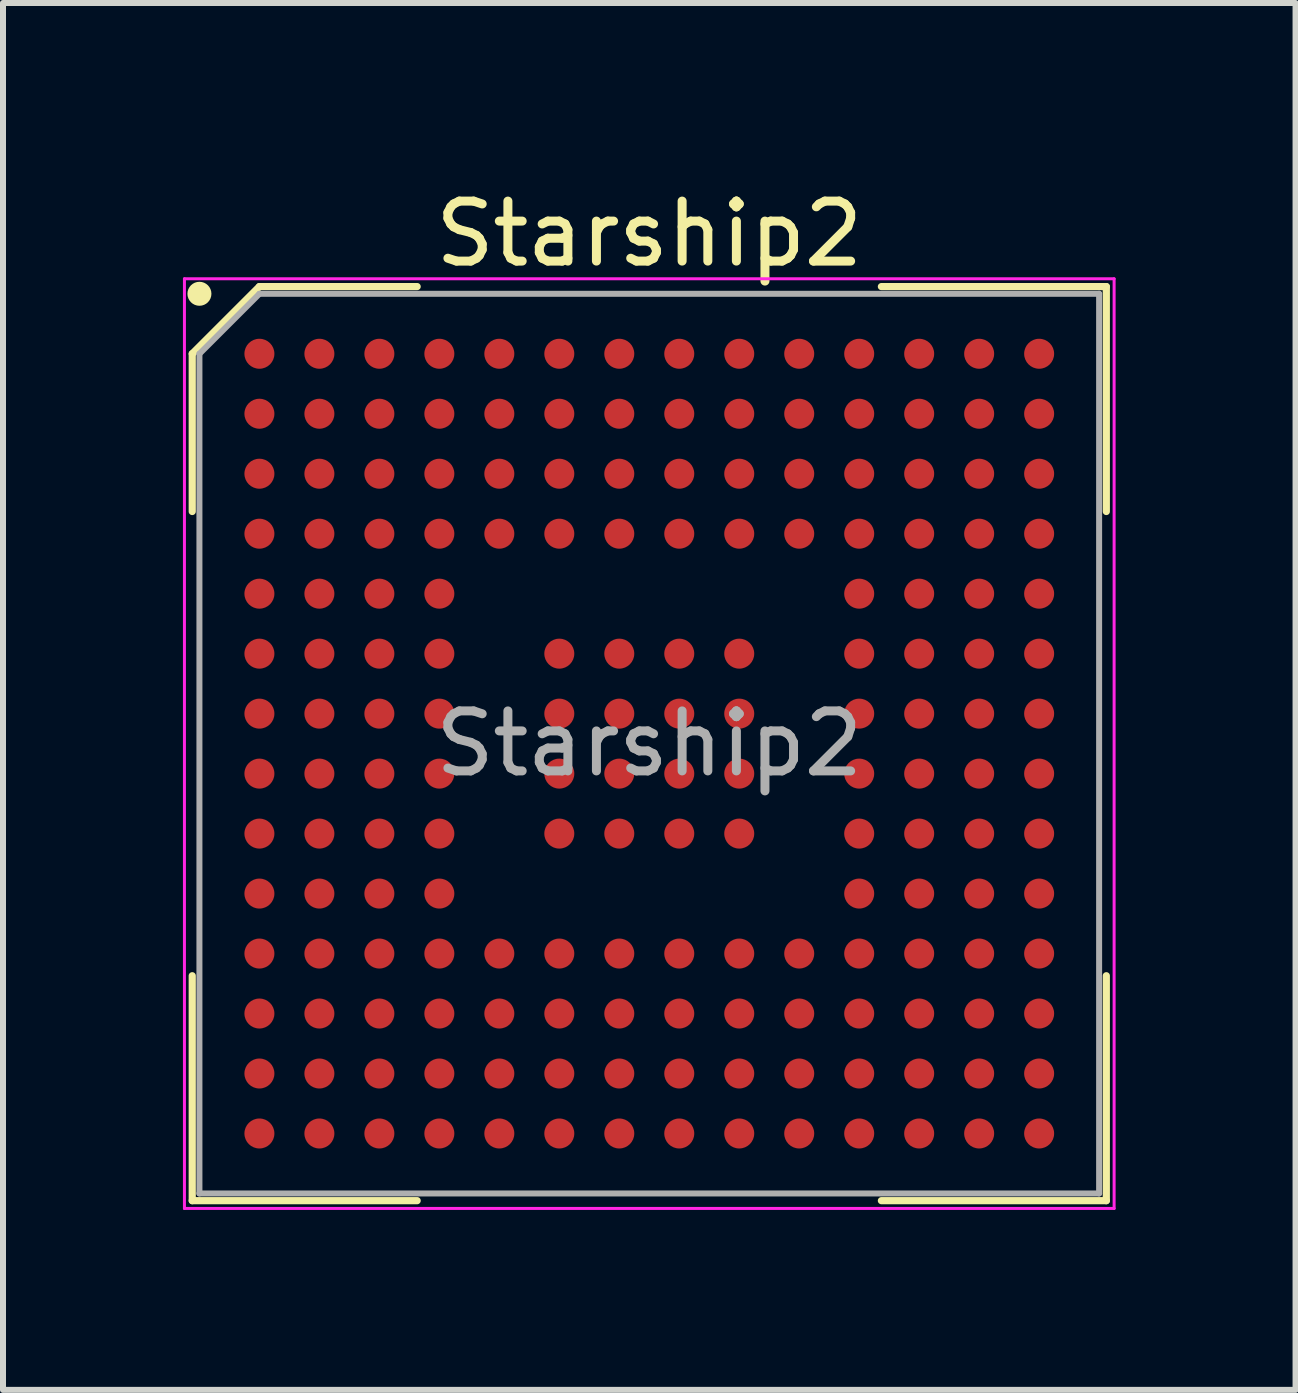
<source format=kicad_pcb>
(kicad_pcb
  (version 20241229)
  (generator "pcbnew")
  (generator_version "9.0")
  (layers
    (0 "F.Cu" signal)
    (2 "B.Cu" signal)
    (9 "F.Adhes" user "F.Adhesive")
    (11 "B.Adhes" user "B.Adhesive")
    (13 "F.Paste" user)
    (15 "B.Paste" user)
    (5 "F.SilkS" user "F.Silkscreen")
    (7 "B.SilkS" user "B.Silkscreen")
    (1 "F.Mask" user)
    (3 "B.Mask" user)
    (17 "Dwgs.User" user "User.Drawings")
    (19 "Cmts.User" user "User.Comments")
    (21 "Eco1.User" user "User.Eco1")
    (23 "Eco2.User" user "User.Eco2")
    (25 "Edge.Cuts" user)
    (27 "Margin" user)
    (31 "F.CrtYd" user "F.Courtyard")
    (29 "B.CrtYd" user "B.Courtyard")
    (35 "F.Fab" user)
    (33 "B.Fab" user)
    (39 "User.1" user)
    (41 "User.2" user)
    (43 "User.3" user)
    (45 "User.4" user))
  (footprint "Starship2"
    (layer "F.Cu")
    (at 7.775 9.348)
    (property "Reference" "Starship2" (at 0 -8.5 0) (layer "F.SilkS") (effects (font (size 1 1) (thickness 0.15))))
    (attr smd)
    (fp_line (start -7.62 -6.5) (end -7.62 -3.87) (stroke (width 0.12) (type default)) (layer "F.SilkS"))
    (fp_line (start -7.62 7.62) (end -7.62 3.87) (stroke (width 0.12) (type default)) (layer "F.SilkS"))
    (fp_line (start -6.5 -7.62) (end -7.62 -6.5) (stroke (width 0.12) (type default)) (layer "F.SilkS"))
    (fp_line (start -3.87 -7.62) (end -6.5 -7.62) (stroke (width 0.12) (type default)) (layer "F.SilkS"))
    (fp_line (start -3.87 7.62) (end -7.62 7.62) (stroke (width 0.12) (type default)) (layer "F.SilkS"))
    (fp_line (start 3.87 -7.62) (end 7.62 -7.62) (stroke (width 0.12) (type default)) (layer "F.SilkS"))
    (fp_line (start 3.87 7.62) (end 7.62 7.62) (stroke (width 0.12) (type default)) (layer "F.SilkS"))
    (fp_line (start 7.62 -7.62) (end 7.62 -3.87) (stroke (width 0.12) (type default)) (layer "F.SilkS"))
    (fp_line (start 7.62 7.62) (end 7.62 3.87) (stroke (width 0.12) (type default)) (layer "F.SilkS"))
    (fp_circle (center -7.5 -7.5) (end -7.5 -7.4) (stroke (width 0.2) (type default)) (fill no) (layer "F.SilkS"))
    (fp_line (start -7.75 -7.75) (end 7.75 -7.75) (stroke (width 0.05) (type default)) (layer "F.CrtYd"))
    (fp_line (start -7.75 7.75) (end -7.75 -7.75) (stroke (width 0.05) (type default)) (layer "F.CrtYd"))
    (fp_line (start 7.75 -7.75) (end 7.75 7.75) (stroke (width 0.05) (type default)) (layer "F.CrtYd"))
    (fp_line (start 7.75 7.75) (end -7.75 7.75) (stroke (width 0.05) (type default)) (layer "F.CrtYd"))
    (fp_line (start -7.5 -6.5) (end -7.5 7.5) (stroke (width 0.1) (type default)) (layer "F.Fab"))
    (fp_line (start -7.5 7.5) (end 7.5 7.5) (stroke (width 0.1) (type default)) (layer "F.Fab"))
    (fp_line (start -6.5 -7.5) (end -7.5 -6.5) (stroke (width 0.1) (type default)) (layer "F.Fab"))
    (fp_line (start 7.5 -7.5) (end -6.5 -7.5) (stroke (width 0.1) (type default)) (layer "F.Fab"))
    (fp_line (start 7.5 7.5) (end 7.5 -7.5) (stroke (width 0.1) (type default)) (layer "F.Fab"))
    (fp_text user "${REFERENCE}" (at 0 0 0) (layer "F.Fab") (effects (font (size 1 1) (thickness 0.15))))
    (pad "A1" smd circle (at -6.5 -6.5) (size 0.5 0.5) (layers "F.Cu" "F.Mask" "F.Paste"))
    (pad "A2" smd circle (at -5.5 -6.5) (size 0.5 0.5) (layers "F.Cu" "F.Mask" "F.Paste"))
    (pad "A3" smd circle (at -4.5 -6.5) (size 0.5 0.5) (layers "F.Cu" "F.Mask" "F.Paste"))
    (pad "A4" smd circle (at -3.5 -6.5) (size 0.5 0.5) (layers "F.Cu" "F.Mask" "F.Paste"))
    (pad "A5" smd circle (at -2.5 -6.5) (size 0.5 0.5) (layers "F.Cu" "F.Mask" "F.Paste"))
    (pad "A6" smd circle (at -1.5 -6.5) (size 0.5 0.5) (layers "F.Cu" "F.Mask" "F.Paste"))
    (pad "A7" smd circle (at -0.5 -6.5) (size 0.5 0.5) (layers "F.Cu" "F.Mask" "F.Paste"))
    (pad "A8" smd circle (at 0.5 -6.5) (size 0.5 0.5) (layers "F.Cu" "F.Mask" "F.Paste"))
    (pad "A9" smd circle (at 1.5 -6.5) (size 0.5 0.5) (layers "F.Cu" "F.Mask" "F.Paste"))
    (pad "A10" smd circle (at 2.5 -6.5) (size 0.5 0.5) (layers "F.Cu" "F.Mask" "F.Paste"))
    (pad "A11" smd circle (at 3.5 -6.5) (size 0.5 0.5) (layers "F.Cu" "F.Mask" "F.Paste"))
    (pad "A12" smd circle (at 4.5 -6.5) (size 0.5 0.5) (layers "F.Cu" "F.Mask" "F.Paste"))
    (pad "A13" smd circle (at 5.5 -6.5) (size 0.5 0.5) (layers "F.Cu" "F.Mask" "F.Paste"))
    (pad "A14" smd circle (at 6.5 -6.5) (size 0.5 0.5) (layers "F.Cu" "F.Mask" "F.Paste"))
    (pad "B1" smd circle (at -6.5 -5.5) (size 0.5 0.5) (layers "F.Cu" "F.Mask" "F.Paste"))
    (pad "B2" smd circle (at -5.5 -5.5) (size 0.5 0.5) (layers "F.Cu" "F.Mask" "F.Paste"))
    (pad "B3" smd circle (at -4.5 -5.5) (size 0.5 0.5) (layers "F.Cu" "F.Mask" "F.Paste"))
    (pad "B4" smd circle (at -3.5 -5.5) (size 0.5 0.5) (layers "F.Cu" "F.Mask" "F.Paste"))
    (pad "B5" smd circle (at -2.5 -5.5) (size 0.5 0.5) (layers "F.Cu" "F.Mask" "F.Paste"))
    (pad "B6" smd circle (at -1.5 -5.5) (size 0.5 0.5) (layers "F.Cu" "F.Mask" "F.Paste"))
    (pad "B7" smd circle (at -0.5 -5.5) (size 0.5 0.5) (layers "F.Cu" "F.Mask" "F.Paste"))
    (pad "B8" smd circle (at 0.5 -5.5) (size 0.5 0.5) (layers "F.Cu" "F.Mask" "F.Paste"))
    (pad "B9" smd circle (at 1.5 -5.5) (size 0.5 0.5) (layers "F.Cu" "F.Mask" "F.Paste"))
    (pad "B10" smd circle (at 2.5 -5.5) (size 0.5 0.5) (layers "F.Cu" "F.Mask" "F.Paste"))
    (pad "B11" smd circle (at 3.5 -5.5) (size 0.5 0.5) (layers "F.Cu" "F.Mask" "F.Paste"))
    (pad "B12" smd circle (at 4.5 -5.5) (size 0.5 0.5) (layers "F.Cu" "F.Mask" "F.Paste"))
    (pad "B13" smd circle (at 5.5 -5.5) (size 0.5 0.5) (layers "F.Cu" "F.Mask" "F.Paste"))
    (pad "B14" smd circle (at 6.5 -5.5) (size 0.5 0.5) (layers "F.Cu" "F.Mask" "F.Paste"))
    (pad "C1" smd circle (at -6.5 -4.5) (size 0.5 0.5) (layers "F.Cu" "F.Mask" "F.Paste"))
    (pad "C2" smd circle (at -5.5 -4.5) (size 0.5 0.5) (layers "F.Cu" "F.Mask" "F.Paste"))
    (pad "C3" smd circle (at -4.5 -4.5) (size 0.5 0.5) (layers "F.Cu" "F.Mask" "F.Paste"))
    (pad "C4" smd circle (at -3.5 -4.5) (size 0.5 0.5) (layers "F.Cu" "F.Mask" "F.Paste"))
    (pad "C5" smd circle (at -2.5 -4.5) (size 0.5 0.5) (layers "F.Cu" "F.Mask" "F.Paste"))
    (pad "C6" smd circle (at -1.5 -4.5) (size 0.5 0.5) (layers "F.Cu" "F.Mask" "F.Paste"))
    (pad "C7" smd circle (at -0.5 -4.5) (size 0.5 0.5) (layers "F.Cu" "F.Mask" "F.Paste"))
    (pad "C8" smd circle (at 0.5 -4.5) (size 0.5 0.5) (layers "F.Cu" "F.Mask" "F.Paste"))
    (pad "C9" smd circle (at 1.5 -4.5) (size 0.5 0.5) (layers "F.Cu" "F.Mask" "F.Paste"))
    (pad "C10" smd circle (at 2.5 -4.5) (size 0.5 0.5) (layers "F.Cu" "F.Mask" "F.Paste"))
    (pad "C11" smd circle (at 3.5 -4.5) (size 0.5 0.5) (layers "F.Cu" "F.Mask" "F.Paste"))
    (pad "C12" smd circle (at 4.5 -4.5) (size 0.5 0.5) (layers "F.Cu" "F.Mask" "F.Paste"))
    (pad "C13" smd circle (at 5.5 -4.5) (size 0.5 0.5) (layers "F.Cu" "F.Mask" "F.Paste"))
    (pad "C14" smd circle (at 6.5 -4.5) (size 0.5 0.5) (layers "F.Cu" "F.Mask" "F.Paste"))
    (pad "D1" smd circle (at -6.5 -3.5) (size 0.5 0.5) (layers "F.Cu" "F.Mask" "F.Paste"))
    (pad "D2" smd circle (at -5.5 -3.5) (size 0.5 0.5) (layers "F.Cu" "F.Mask" "F.Paste"))
    (pad "D3" smd circle (at -4.5 -3.5) (size 0.5 0.5) (layers "F.Cu" "F.Mask" "F.Paste"))
    (pad "D4" smd circle (at -3.5 -3.5) (size 0.5 0.5) (layers "F.Cu" "F.Mask" "F.Paste"))
    (pad "D5" smd circle (at -2.5 -3.5) (size 0.5 0.5) (layers "F.Cu" "F.Mask" "F.Paste"))
    (pad "D6" smd circle (at -1.5 -3.5) (size 0.5 0.5) (layers "F.Cu" "F.Mask" "F.Paste"))
    (pad "D7" smd circle (at -0.5 -3.5) (size 0.5 0.5) (layers "F.Cu" "F.Mask" "F.Paste"))
    (pad "D8" smd circle (at 0.5 -3.5) (size 0.5 0.5) (layers "F.Cu" "F.Mask" "F.Paste"))
    (pad "D9" smd circle (at 1.5 -3.5) (size 0.5 0.5) (layers "F.Cu" "F.Mask" "F.Paste"))
    (pad "D10" smd circle (at 2.5 -3.5) (size 0.5 0.5) (layers "F.Cu" "F.Mask" "F.Paste"))
    (pad "D11" smd circle (at 3.5 -3.5) (size 0.5 0.5) (layers "F.Cu" "F.Mask" "F.Paste"))
    (pad "D12" smd circle (at 4.5 -3.5) (size 0.5 0.5) (layers "F.Cu" "F.Mask" "F.Paste"))
    (pad "D13" smd circle (at 5.5 -3.5) (size 0.5 0.5) (layers "F.Cu" "F.Mask" "F.Paste"))
    (pad "D14" smd circle (at 6.5 -3.5) (size 0.5 0.5) (layers "F.Cu" "F.Mask" "F.Paste"))
    (pad "E1" smd circle (at -6.5 -2.5) (size 0.5 0.5) (layers "F.Cu" "F.Mask" "F.Paste"))
    (pad "E2" smd circle (at -5.5 -2.5) (size 0.5 0.5) (layers "F.Cu" "F.Mask" "F.Paste"))
    (pad "E3" smd circle (at -4.5 -2.5) (size 0.5 0.5) (layers "F.Cu" "F.Mask" "F.Paste"))
    (pad "E4" smd circle (at -3.5 -2.5) (size 0.5 0.5) (layers "F.Cu" "F.Mask" "F.Paste"))
    (pad "E11" smd circle (at 3.5 -2.5) (size 0.5 0.5) (layers "F.Cu" "F.Mask" "F.Paste"))
    (pad "E12" smd circle (at 4.5 -2.5) (size 0.5 0.5) (layers "F.Cu" "F.Mask" "F.Paste"))
    (pad "E13" smd circle (at 5.5 -2.5) (size 0.5 0.5) (layers "F.Cu" "F.Mask" "F.Paste"))
    (pad "E14" smd circle (at 6.5 -2.5) (size 0.5 0.5) (layers "F.Cu" "F.Mask" "F.Paste"))
    (pad "F1" smd circle (at -6.5 -1.5) (size 0.5 0.5) (layers "F.Cu" "F.Mask" "F.Paste"))
    (pad "F2" smd circle (at -5.5 -1.5) (size 0.5 0.5) (layers "F.Cu" "F.Mask" "F.Paste"))
    (pad "F3" smd circle (at -4.5 -1.5) (size 0.5 0.5) (layers "F.Cu" "F.Mask" "F.Paste"))
    (pad "F4" smd circle (at -3.5 -1.5) (size 0.5 0.5) (layers "F.Cu" "F.Mask" "F.Paste"))
    (pad "F6" smd circle (at -1.5 -1.5) (size 0.5 0.5) (layers "F.Cu" "F.Mask" "F.Paste"))
    (pad "F7" smd circle (at -0.5 -1.5) (size 0.5 0.5) (layers "F.Cu" "F.Mask" "F.Paste"))
    (pad "F8" smd circle (at 0.5 -1.5) (size 0.5 0.5) (layers "F.Cu" "F.Mask" "F.Paste"))
    (pad "F9" smd circle (at 1.5 -1.5) (size 0.5 0.5) (layers "F.Cu" "F.Mask" "F.Paste"))
    (pad "F11" smd circle (at 3.5 -1.5) (size 0.5 0.5) (layers "F.Cu" "F.Mask" "F.Paste"))
    (pad "F12" smd circle (at 4.5 -1.5) (size 0.5 0.5) (layers "F.Cu" "F.Mask" "F.Paste"))
    (pad "F13" smd circle (at 5.5 -1.5) (size 0.5 0.5) (layers "F.Cu" "F.Mask" "F.Paste"))
    (pad "F14" smd circle (at 6.5 -1.5) (size 0.5 0.5) (layers "F.Cu" "F.Mask" "F.Paste"))
    (pad "G1" smd circle (at -6.5 -0.5) (size 0.5 0.5) (layers "F.Cu" "F.Mask" "F.Paste"))
    (pad "G2" smd circle (at -5.5 -0.5) (size 0.5 0.5) (layers "F.Cu" "F.Mask" "F.Paste"))
    (pad "G3" smd circle (at -4.5 -0.5) (size 0.5 0.5) (layers "F.Cu" "F.Mask" "F.Paste"))
    (pad "G4" smd circle (at -3.5 -0.5) (size 0.5 0.5) (layers "F.Cu" "F.Mask" "F.Paste"))
    (pad "G6" smd circle (at -1.5 -0.5) (size 0.5 0.5) (layers "F.Cu" "F.Mask" "F.Paste"))
    (pad "G7" smd circle (at -0.5 -0.5) (size 0.5 0.5) (layers "F.Cu" "F.Mask" "F.Paste"))
    (pad "G8" smd circle (at 0.5 -0.5) (size 0.5 0.5) (layers "F.Cu" "F.Mask" "F.Paste"))
    (pad "G9" smd circle (at 1.5 -0.5) (size 0.5 0.5) (layers "F.Cu" "F.Mask" "F.Paste"))
    (pad "G11" smd circle (at 3.5 -0.5) (size 0.5 0.5) (layers "F.Cu" "F.Mask" "F.Paste"))
    (pad "G12" smd circle (at 4.5 -0.5) (size 0.5 0.5) (layers "F.Cu" "F.Mask" "F.Paste"))
    (pad "G13" smd circle (at 5.5 -0.5) (size 0.5 0.5) (layers "F.Cu" "F.Mask" "F.Paste"))
    (pad "G14" smd circle (at 6.5 -0.5) (size 0.5 0.5) (layers "F.Cu" "F.Mask" "F.Paste"))
    (pad "H1" smd circle (at -6.5 0.5) (size 0.5 0.5) (layers "F.Cu" "F.Mask" "F.Paste"))
    (pad "H2" smd circle (at -5.5 0.5) (size 0.5 0.5) (layers "F.Cu" "F.Mask" "F.Paste"))
    (pad "H3" smd circle (at -4.5 0.5) (size 0.5 0.5) (layers "F.Cu" "F.Mask" "F.Paste"))
    (pad "H4" smd circle (at -3.5 0.5) (size 0.5 0.5) (layers "F.Cu" "F.Mask" "F.Paste"))
    (pad "H6" smd circle (at -1.5 0.5) (size 0.5 0.5) (layers "F.Cu" "F.Mask" "F.Paste"))
    (pad "H7" smd circle (at -0.5 0.5) (size 0.5 0.5) (layers "F.Cu" "F.Mask" "F.Paste"))
    (pad "H8" smd circle (at 0.5 0.5) (size 0.5 0.5) (layers "F.Cu" "F.Mask" "F.Paste"))
    (pad "H9" smd circle (at 1.5 0.5) (size 0.5 0.5) (layers "F.Cu" "F.Mask" "F.Paste"))
    (pad "H11" smd circle (at 3.5 0.5) (size 0.5 0.5) (layers "F.Cu" "F.Mask" "F.Paste"))
    (pad "H12" smd circle (at 4.5 0.5) (size 0.5 0.5) (layers "F.Cu" "F.Mask" "F.Paste"))
    (pad "H13" smd circle (at 5.5 0.5) (size 0.5 0.5) (layers "F.Cu" "F.Mask" "F.Paste"))
    (pad "H14" smd circle (at 6.5 0.5) (size 0.5 0.5) (layers "F.Cu" "F.Mask" "F.Paste"))
    (pad "J1" smd circle (at -6.5 1.5) (size 0.5 0.5) (layers "F.Cu" "F.Mask" "F.Paste"))
    (pad "J2" smd circle (at -5.5 1.5) (size 0.5 0.5) (layers "F.Cu" "F.Mask" "F.Paste"))
    (pad "J3" smd circle (at -4.5 1.5) (size 0.5 0.5) (layers "F.Cu" "F.Mask" "F.Paste"))
    (pad "J4" smd circle (at -3.5 1.5) (size 0.5 0.5) (layers "F.Cu" "F.Mask" "F.Paste"))
    (pad "J6" smd circle (at -1.5 1.5) (size 0.5 0.5) (layers "F.Cu" "F.Mask" "F.Paste"))
    (pad "J7" smd circle (at -0.5 1.5) (size 0.5 0.5) (layers "F.Cu" "F.Mask" "F.Paste"))
    (pad "J8" smd circle (at 0.5 1.5) (size 0.5 0.5) (layers "F.Cu" "F.Mask" "F.Paste"))
    (pad "J9" smd circle (at 1.5 1.5) (size 0.5 0.5) (layers "F.Cu" "F.Mask" "F.Paste"))
    (pad "J11" smd circle (at 3.5 1.5) (size 0.5 0.5) (layers "F.Cu" "F.Mask" "F.Paste"))
    (pad "J12" smd circle (at 4.5 1.5) (size 0.5 0.5) (layers "F.Cu" "F.Mask" "F.Paste"))
    (pad "J13" smd circle (at 5.5 1.5) (size 0.5 0.5) (layers "F.Cu" "F.Mask" "F.Paste"))
    (pad "J14" smd circle (at 6.5 1.5) (size 0.5 0.5) (layers "F.Cu" "F.Mask" "F.Paste"))
    (pad "K1" smd circle (at -6.5 2.5) (size 0.5 0.5) (layers "F.Cu" "F.Mask" "F.Paste"))
    (pad "K2" smd circle (at -5.5 2.5) (size 0.5 0.5) (layers "F.Cu" "F.Mask" "F.Paste"))
    (pad "K3" smd circle (at -4.5 2.5) (size 0.5 0.5) (layers "F.Cu" "F.Mask" "F.Paste"))
    (pad "K4" smd circle (at -3.5 2.5) (size 0.5 0.5) (layers "F.Cu" "F.Mask" "F.Paste"))
    (pad "K11" smd circle (at 3.5 2.5) (size 0.5 0.5) (layers "F.Cu" "F.Mask" "F.Paste"))
    (pad "K12" smd circle (at 4.5 2.5) (size 0.5 0.5) (layers "F.Cu" "F.Mask" "F.Paste"))
    (pad "K13" smd circle (at 5.5 2.5) (size 0.5 0.5) (layers "F.Cu" "F.Mask" "F.Paste"))
    (pad "K14" smd circle (at 6.5 2.5) (size 0.5 0.5) (layers "F.Cu" "F.Mask" "F.Paste"))
    (pad "L1" smd circle (at -6.5 3.5) (size 0.5 0.5) (layers "F.Cu" "F.Mask" "F.Paste"))
    (pad "L2" smd circle (at -5.5 3.5) (size 0.5 0.5) (layers "F.Cu" "F.Mask" "F.Paste"))
    (pad "L3" smd circle (at -4.5 3.5) (size 0.5 0.5) (layers "F.Cu" "F.Mask" "F.Paste"))
    (pad "L4" smd circle (at -3.5 3.5) (size 0.5 0.5) (layers "F.Cu" "F.Mask" "F.Paste"))
    (pad "L5" smd circle (at -2.5 3.5) (size 0.5 0.5) (layers "F.Cu" "F.Mask" "F.Paste"))
    (pad "L6" smd circle (at -1.5 3.5) (size 0.5 0.5) (layers "F.Cu" "F.Mask" "F.Paste"))
    (pad "L7" smd circle (at -0.5 3.5) (size 0.5 0.5) (layers "F.Cu" "F.Mask" "F.Paste"))
    (pad "L8" smd circle (at 0.5 3.5) (size 0.5 0.5) (layers "F.Cu" "F.Mask" "F.Paste"))
    (pad "L9" smd circle (at 1.5 3.5) (size 0.5 0.5) (layers "F.Cu" "F.Mask" "F.Paste"))
    (pad "L10" smd circle (at 2.5 3.5) (size 0.5 0.5) (layers "F.Cu" "F.Mask" "F.Paste"))
    (pad "L11" smd circle (at 3.5 3.5) (size 0.5 0.5) (layers "F.Cu" "F.Mask" "F.Paste"))
    (pad "L12" smd circle (at 4.5 3.5) (size 0.5 0.5) (layers "F.Cu" "F.Mask" "F.Paste"))
    (pad "L13" smd circle (at 5.5 3.5) (size 0.5 0.5) (layers "F.Cu" "F.Mask" "F.Paste"))
    (pad "L14" smd circle (at 6.5 3.5) (size 0.5 0.5) (layers "F.Cu" "F.Mask" "F.Paste"))
    (pad "M1" smd circle (at -6.5 4.5) (size 0.5 0.5) (layers "F.Cu" "F.Mask" "F.Paste"))
    (pad "M2" smd circle (at -5.5 4.5) (size 0.5 0.5) (layers "F.Cu" "F.Mask" "F.Paste"))
    (pad "M3" smd circle (at -4.5 4.5) (size 0.5 0.5) (layers "F.Cu" "F.Mask" "F.Paste"))
    (pad "M4" smd circle (at -3.5 4.5) (size 0.5 0.5) (layers "F.Cu" "F.Mask" "F.Paste"))
    (pad "M5" smd circle (at -2.5 4.5) (size 0.5 0.5) (layers "F.Cu" "F.Mask" "F.Paste"))
    (pad "M6" smd circle (at -1.5 4.5) (size 0.5 0.5) (layers "F.Cu" "F.Mask" "F.Paste"))
    (pad "M7" smd circle (at -0.5 4.5) (size 0.5 0.5) (layers "F.Cu" "F.Mask" "F.Paste"))
    (pad "M8" smd circle (at 0.5 4.5) (size 0.5 0.5) (layers "F.Cu" "F.Mask" "F.Paste"))
    (pad "M9" smd circle (at 1.5 4.5) (size 0.5 0.5) (layers "F.Cu" "F.Mask" "F.Paste"))
    (pad "M10" smd circle (at 2.5 4.5) (size 0.5 0.5) (layers "F.Cu" "F.Mask" "F.Paste"))
    (pad "M11" smd circle (at 3.5 4.5) (size 0.5 0.5) (layers "F.Cu" "F.Mask" "F.Paste"))
    (pad "M12" smd circle (at 4.5 4.5) (size 0.5 0.5) (layers "F.Cu" "F.Mask" "F.Paste"))
    (pad "M13" smd circle (at 5.5 4.5) (size 0.5 0.5) (layers "F.Cu" "F.Mask" "F.Paste"))
    (pad "M14" smd circle (at 6.5 4.5) (size 0.5 0.5) (layers "F.Cu" "F.Mask" "F.Paste"))
    (pad "N1" smd circle (at -6.5 5.5) (size 0.5 0.5) (layers "F.Cu" "F.Mask" "F.Paste"))
    (pad "N2" smd circle (at -5.5 5.5) (size 0.5 0.5) (layers "F.Cu" "F.Mask" "F.Paste"))
    (pad "N3" smd circle (at -4.5 5.5) (size 0.5 0.5) (layers "F.Cu" "F.Mask" "F.Paste"))
    (pad "N4" smd circle (at -3.5 5.5) (size 0.5 0.5) (layers "F.Cu" "F.Mask" "F.Paste"))
    (pad "N5" smd circle (at -2.5 5.5) (size 0.5 0.5) (layers "F.Cu" "F.Mask" "F.Paste"))
    (pad "N6" smd circle (at -1.5 5.5) (size 0.5 0.5) (layers "F.Cu" "F.Mask" "F.Paste"))
    (pad "N7" smd circle (at -0.5 5.5) (size 0.5 0.5) (layers "F.Cu" "F.Mask" "F.Paste"))
    (pad "N8" smd circle (at 0.5 5.5) (size 0.5 0.5) (layers "F.Cu" "F.Mask" "F.Paste"))
    (pad "N9" smd circle (at 1.5 5.5) (size 0.5 0.5) (layers "F.Cu" "F.Mask" "F.Paste"))
    (pad "N10" smd circle (at 2.5 5.5) (size 0.5 0.5) (layers "F.Cu" "F.Mask" "F.Paste"))
    (pad "N11" smd circle (at 3.5 5.5) (size 0.5 0.5) (layers "F.Cu" "F.Mask" "F.Paste"))
    (pad "N12" smd circle (at 4.5 5.5) (size 0.5 0.5) (layers "F.Cu" "F.Mask" "F.Paste"))
    (pad "N13" smd circle (at 5.5 5.5) (size 0.5 0.5) (layers "F.Cu" "F.Mask" "F.Paste"))
    (pad "N14" smd circle (at 6.5 5.5) (size 0.5 0.5) (layers "F.Cu" "F.Mask" "F.Paste"))
    (pad "P1" smd circle (at -6.5 6.5) (size 0.5 0.5) (layers "F.Cu" "F.Mask" "F.Paste"))
    (pad "P2" smd circle (at -5.5 6.5) (size 0.5 0.5) (layers "F.Cu" "F.Mask" "F.Paste"))
    (pad "P3" smd circle (at -4.5 6.5) (size 0.5 0.5) (layers "F.Cu" "F.Mask" "F.Paste"))
    (pad "P4" smd circle (at -3.5 6.5) (size 0.5 0.5) (layers "F.Cu" "F.Mask" "F.Paste"))
    (pad "P5" smd circle (at -2.5 6.5) (size 0.5 0.5) (layers "F.Cu" "F.Mask" "F.Paste"))
    (pad "P6" smd circle (at -1.5 6.5) (size 0.5 0.5) (layers "F.Cu" "F.Mask" "F.Paste"))
    (pad "P7" smd circle (at -0.5 6.5) (size 0.5 0.5) (layers "F.Cu" "F.Mask" "F.Paste"))
    (pad "P8" smd circle (at 0.5 6.5) (size 0.5 0.5) (layers "F.Cu" "F.Mask" "F.Paste"))
    (pad "P9" smd circle (at 1.5 6.5) (size 0.5 0.5) (layers "F.Cu" "F.Mask" "F.Paste"))
    (pad "P10" smd circle (at 2.5 6.5) (size 0.5 0.5) (layers "F.Cu" "F.Mask" "F.Paste"))
    (pad "P11" smd circle (at 3.5 6.5) (size 0.5 0.5) (layers "F.Cu" "F.Mask" "F.Paste"))
    (pad "P12" smd circle (at 4.5 6.5) (size 0.5 0.5) (layers "F.Cu" "F.Mask" "F.Paste"))
    (pad "P13" smd circle (at 5.5 6.5) (size 0.5 0.5) (layers "F.Cu" "F.Mask" "F.Paste"))
    (pad "P14" smd circle (at 6.5 6.5) (size 0.5 0.5) (layers "F.Cu" "F.Mask" "F.Paste")))
  (gr_rect
    (start -3 -3)
    (end 18.55 20.123)
    (stroke (width 0.1) (type default))
    (fill no)
    (layer "Edge.Cuts")))
</source>
